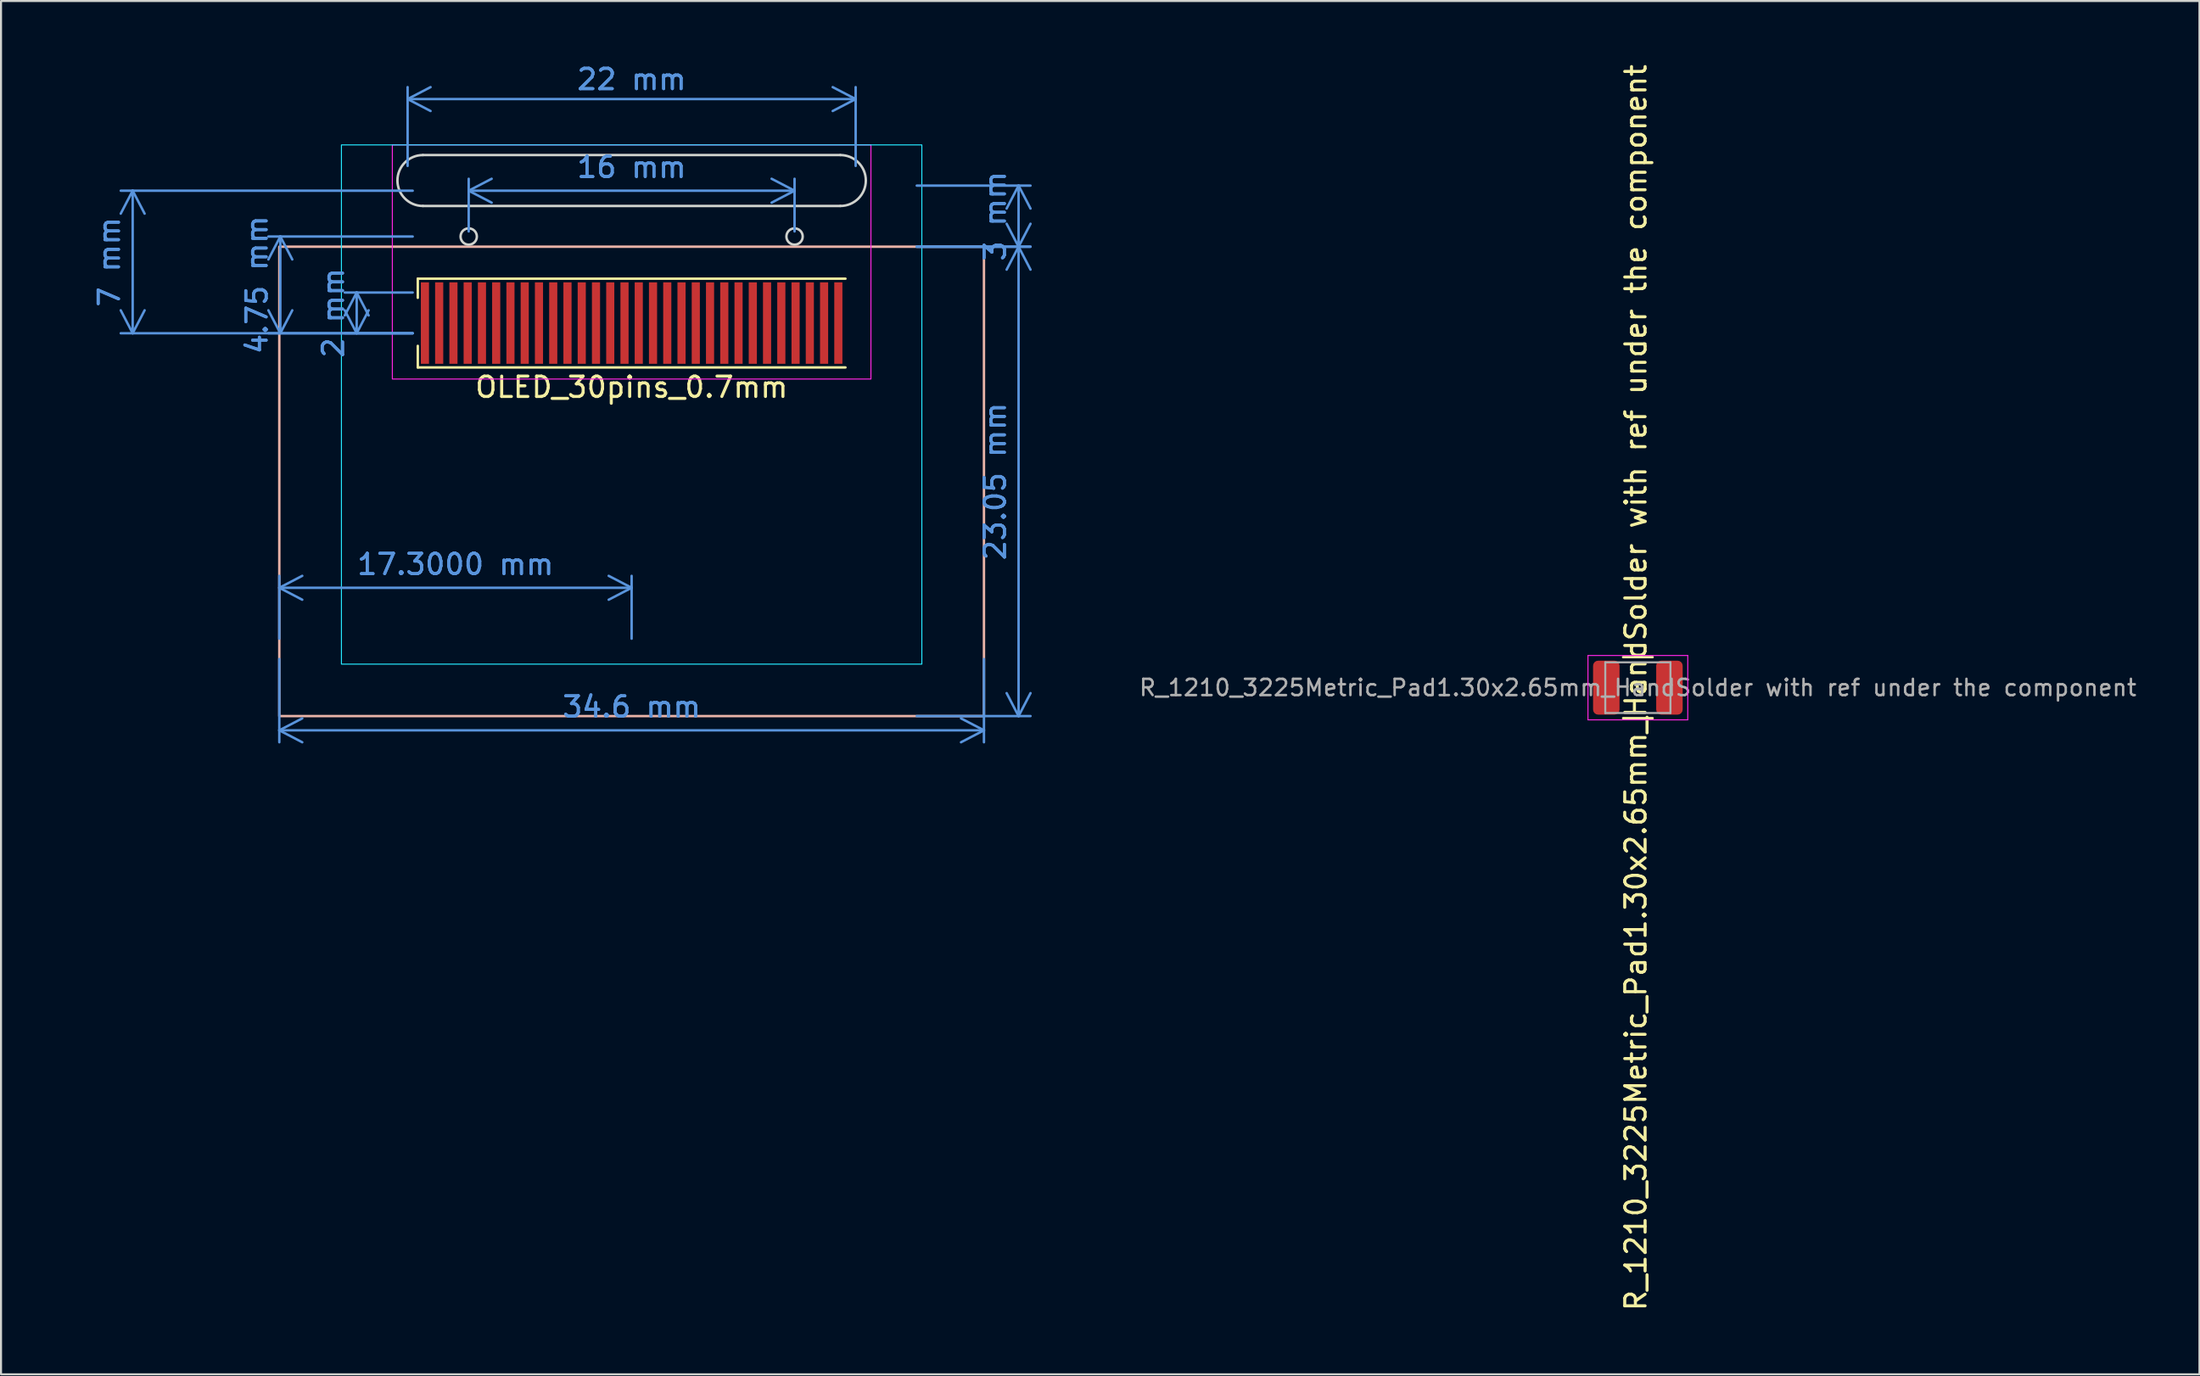
<source format=kicad_pcb>
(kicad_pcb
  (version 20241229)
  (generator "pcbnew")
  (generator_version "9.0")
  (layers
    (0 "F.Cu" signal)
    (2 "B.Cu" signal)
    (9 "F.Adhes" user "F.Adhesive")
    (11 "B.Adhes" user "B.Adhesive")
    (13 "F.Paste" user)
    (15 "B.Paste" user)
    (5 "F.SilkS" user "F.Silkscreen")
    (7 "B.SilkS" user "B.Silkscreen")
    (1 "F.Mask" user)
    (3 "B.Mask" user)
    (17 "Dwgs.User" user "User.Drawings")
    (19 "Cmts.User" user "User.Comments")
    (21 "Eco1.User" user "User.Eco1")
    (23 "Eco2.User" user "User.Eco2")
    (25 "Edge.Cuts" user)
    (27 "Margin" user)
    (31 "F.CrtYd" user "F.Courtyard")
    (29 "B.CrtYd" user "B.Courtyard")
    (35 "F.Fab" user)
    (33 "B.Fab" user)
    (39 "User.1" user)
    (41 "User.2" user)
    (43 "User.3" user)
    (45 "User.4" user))
  (footprint "OLED_30pins_0.7mm"
    (layer "F.Cu")
    (at 27.965 12.815)
    (property "Reference" "OLED_30pins_0.7mm" (at 0 3.15 0) (layer "F.SilkS") (effects (font (size 1 1) (thickness 0.15))))
    (attr smd exclude_from_bom)
    (fp_line (start -10.5 -2.18) (end 10.5 -2.18) (stroke (width 0.12) (type default)) (layer "F.SilkS"))
    (fp_line (start -10.5 -1.24) (end -10.5 -2.18) (stroke (width 0.12) (type default)) (layer "F.SilkS"))
    (fp_line (start -10.5 2.18) (end -10.5 1.12) (stroke (width 0.12) (type default)) (layer "F.SilkS"))
    (fp_line (start -10.5 2.18) (end 10.5 2.18) (stroke (width 0.12) (type default)) (layer "F.SilkS"))
    (fp_rect (start -17.3 -3.75) (end 17.3 19.3) (stroke (width 0.12) (type default)) (fill no) (layer "B.SilkS"))
    (fp_line (start -10.25 -5.75) (end 10.25 -5.75) (stroke (width 0.12) (type default)) (layer "Edge.Cuts"))
    (fp_line (start 10.25 -8.25) (end -10.25 -8.25) (stroke (width 0.12) (type default)) (layer "Edge.Cuts"))
    (fp_arc (start -10.25 -5.75) (mid -11.5 -7) (end -10.25 -8.25) (stroke (width 0.12) (type default)) (layer "Edge.Cuts"))
    (fp_arc (start 10.25 -8.25) (mid 11.5 -7) (end 10.25 -5.75) (stroke (width 0.12) (type default)) (layer "Edge.Cuts"))
    (fp_circle (center -8 -4.25) (end -7.6 -4.25) (stroke (width 0.12) (type default)) (fill no) (layer "Edge.Cuts"))
    (fp_circle (center 8 -4.25) (end 8.4 -4.25) (stroke (width 0.12) (type default)) (fill no) (layer "Edge.Cuts"))
    (fp_rect (start -14.25 -8.75) (end 14.25 16.75) (stroke (width 0.05) (type default)) (fill no) (layer "B.CrtYd"))
    (fp_rect (start -11.75 -8.75) (end 11.75 2.75) (stroke (width 0.05) (type default)) (fill no) (layer "F.CrtYd"))
    (dimension (type aligned) (layer "Cmts.User") (pts (xy 17.715 13.315) (xy 17.715 6.315)) (height -14.25) (format (prefix "") (suffix "") (units 3) (units_format 1) (precision 4) (suppress_zeroes yes)) (style (thickness 0.12) (arrow_length 1.27) (text_position_mode 0) (arrow_direction outward) (extension_height 0.586) (extension_offset 0.5) (keep_text_aligned yes)) (gr_text "7 mm" (at 2.315 9.815 90) (layer "Cmts.User") (effects (font (size 1 1) (thickness 0.15)))))
    (dimension (type aligned) (layer "Cmts.User") (pts (xy 17.715 13.315) (xy 17.715 8.565)) (height -7) (format (prefix "") (suffix "") (units 3) (units_format 1) (precision 4) (suppress_zeroes yes)) (style (thickness 0.12) (arrow_length 1.27) (text_position_mode 0) (arrow_direction outward) (extension_height 0.586) (extension_offset 0.5) (keep_text_aligned yes)) (gr_text "4.75 mm" (at 9.565 10.94 90) (layer "Cmts.User") (effects (font (size 1 1) (thickness 0.15)))))
    (dimension (type aligned) (layer "Cmts.User") (pts (xy 19.965 8.815) (xy 35.965 8.815)) (height -2.5) (format (prefix "") (suffix "") (units 3) (units_format 1) (precision 4) (suppress_zeroes yes)) (style (thickness 0.12) (arrow_length 1.27) (text_position_mode 0) (arrow_direction outward) (extension_height 0.586) (extension_offset 0.5) (keep_text_aligned yes)) (gr_text "16 mm" (at 27.965 5.165 0) (layer "Cmts.User") (effects (font (size 1 1) (thickness 0.15)))))
    (dimension (type aligned) (layer "Cmts.User") (pts (xy 41.465 9.065) (xy 41.465 32.115)) (height -5.5) (format (prefix "") (suffix "") (units 3) (units_format 1) (precision 4) (suppress_zeroes yes)) (style (thickness 0.12) (arrow_length 1.27) (text_position_mode 0) (arrow_direction outward) (extension_height 0.586) (extension_offset 0.5) (keep_text_aligned yes)) (gr_text "23.05 mm" (at 45.815 20.59 90) (layer "Cmts.User") (effects (font (size 1 1) (thickness 0.15)))))
    (dimension (type aligned) (layer "Cmts.User") (pts (xy 45.265 28.815) (xy 10.665 28.815)) (height -4) (format (prefix "") (suffix "") (units 3) (units_format 1) (precision 4) (suppress_zeroes yes)) (style (thickness 0.12) (arrow_length 1.27) (text_position_mode 0) (arrow_direction outward) (extension_height 0.586) (extension_offset 0.5) (keep_text_aligned yes)) (gr_text "34.6 mm" (at 27.965 31.665 0) (layer "Cmts.User") (effects (font (size 1 1) (thickness 0.15)))))
    (dimension (type aligned) (layer "Cmts.User") (pts (xy 10.665 28.815) (xy 27.965 28.815)) (height -3) (format (prefix "") (suffix "") (units 3) (units_format 1) (precision 4)) (style (thickness 0.12) (arrow_length 1.27) (text_position_mode 0) (arrow_direction outward) (extension_height 0.586) (extension_offset 0.5) (keep_text_aligned yes)) (gr_text "17.3000 mm" (at 19.315 24.665 0) (layer "Cmts.User") (effects (font (size 1 1) (thickness 0.15)))))
    (dimension (type aligned) (layer "Cmts.User") (pts (xy 41.465 9.065) (xy 41.465 6.065)) (height 5.5) (format (prefix "") (suffix "") (units 3) (units_format 1) (precision 4) (suppress_zeroes yes)) (style (thickness 0.12) (arrow_length 1.27) (text_position_mode 0) (arrow_direction outward) (extension_height 0.586) (extension_offset 0.5) (keep_text_aligned yes)) (gr_text "3 mm" (at 45.815 7.565 90) (layer "Cmts.User") (effects (font (size 1 1) (thickness 0.15)))))
    (dimension (type aligned) (layer "Cmts.User") (pts (xy 16.965 5.598) (xy 38.965 5.598)) (height -3.783) (format (prefix "") (suffix "") (units 3) (units_format 1) (precision 4) (suppress_zeroes yes)) (style (thickness 0.12) (arrow_length 1.27) (text_position_mode 2) (arrow_direction outward) (extension_height 0.586) (extension_offset 0.5) (keep_text_aligned yes)) (gr_text "22 mm" (at 27.965 0.848 0) (layer "Cmts.User") (effects (font (size 1 1) (thickness 0.15)))))
    (dimension (type aligned) (layer "Cmts.User") (pts (xy 17.715 13.315) (xy 17.715 11.315)) (height -3.25) (format (prefix "") (suffix "") (units 3) (units_format 1) (precision 4) (suppress_zeroes yes)) (style (thickness 0.12) (arrow_length 1.27) (text_position_mode 0) (arrow_direction outward) (extension_height 0.586) (extension_offset 0.5) (keep_text_aligned yes)) (gr_text "2 mm" (at 13.315 12.315 90) (layer "Cmts.User") (effects (font (size 1 1) (thickness 0.15)))))
    (pad "1" smd rect (at -10.15 0) (size 0.4 4) (layers "F.Cu" "F.Mask" "F.Paste"))
    (pad "2" smd rect (at -9.45 0) (size 0.4 4) (layers "F.Cu" "F.Mask" "F.Paste"))
    (pad "3" smd rect (at -8.75 0) (size 0.4 4) (layers "F.Cu" "F.Mask" "F.Paste"))
    (pad "4" smd rect (at -8.05 0) (size 0.4 4) (layers "F.Cu" "F.Mask" "F.Paste"))
    (pad "5" smd rect (at -7.35 0) (size 0.4 4) (layers "F.Cu" "F.Mask" "F.Paste"))
    (pad "6" smd rect (at -6.65 0) (size 0.4 4) (layers "F.Cu" "F.Mask" "F.Paste"))
    (pad "7" smd rect (at -5.95 0) (size 0.4 4) (layers "F.Cu" "F.Mask" "F.Paste"))
    (pad "8" smd rect (at -5.25 0) (size 0.4 4) (layers "F.Cu" "F.Mask" "F.Paste"))
    (pad "9" smd rect (at -4.55 0) (size 0.4 4) (layers "F.Cu" "F.Mask" "F.Paste"))
    (pad "10" smd rect (at -3.85 0) (size 0.4 4) (layers "F.Cu" "F.Mask" "F.Paste"))
    (pad "11" smd rect (at -3.15 0) (size 0.4 4) (layers "F.Cu" "F.Mask" "F.Paste"))
    (pad "12" smd rect (at -2.45 0) (size 0.4 4) (layers "F.Cu" "F.Mask" "F.Paste"))
    (pad "13" smd rect (at -1.75 0) (size 0.4 4) (layers "F.Cu" "F.Mask" "F.Paste"))
    (pad "14" smd rect (at -1.05 0) (size 0.4 4) (layers "F.Cu" "F.Mask" "F.Paste"))
    (pad "15" smd rect (at -0.35 0) (size 0.4 4) (layers "F.Cu" "F.Mask" "F.Paste"))
    (pad "16" smd rect (at 0.35 0) (size 0.4 4) (layers "F.Cu" "F.Mask" "F.Paste"))
    (pad "17" smd rect (at 1.05 0) (size 0.4 4) (layers "F.Cu" "F.Mask" "F.Paste"))
    (pad "18" smd rect (at 1.75 0) (size 0.4 4) (layers "F.Cu" "F.Mask" "F.Paste"))
    (pad "19" smd rect (at 2.45 0) (size 0.4 4) (layers "F.Cu" "F.Mask" "F.Paste"))
    (pad "20" smd rect (at 3.15 0) (size 0.4 4) (layers "F.Cu" "F.Mask" "F.Paste"))
    (pad "21" smd rect (at 3.85 0) (size 0.4 4) (layers "F.Cu" "F.Mask" "F.Paste"))
    (pad "22" smd rect (at 4.55 0) (size 0.4 4) (layers "F.Cu" "F.Mask" "F.Paste"))
    (pad "23" smd rect (at 5.25 0) (size 0.4 4) (layers "F.Cu" "F.Mask" "F.Paste"))
    (pad "24" smd rect (at 5.95 0) (size 0.4 4) (layers "F.Cu" "F.Mask" "F.Paste"))
    (pad "25" smd rect (at 6.65 0) (size 0.4 4) (layers "F.Cu" "F.Mask" "F.Paste"))
    (pad "26" smd rect (at 7.35 0) (size 0.4 4) (layers "F.Cu" "F.Mask" "F.Paste"))
    (pad "27" smd rect (at 8.05 0) (size 0.4 4) (layers "F.Cu" "F.Mask" "F.Paste"))
    (pad "28" smd rect (at 8.75 0) (size 0.4 4) (layers "F.Cu" "F.Mask" "F.Paste"))
    (pad "29" smd rect (at 9.45 0) (size 0.4 4) (layers "F.Cu" "F.Mask" "F.Paste"))
    (pad "30" smd rect (at 10.15 0) (size 0.4 4) (layers "F.Cu" "F.Mask" "F.Paste")))
  (footprint "R_1210_3225Metric_Pad1.30x2.65mm_HandSolder with ref under the component"
    (layer "F.Cu")
    (at 77.374 30.72)
    (property "Reference" "R_1210_3225Metric_Pad1.30x2.65mm_HandSolder with ref under the component" (at -0.1 0 90) (layer "F.SilkS") (effects (font (size 1 1) (thickness 0.15))))
    (attr smd)
    (fp_line (start -0.724 -1.5) (end 0.724 -1.5) (stroke (width 0.12) (type solid)) (layer "F.SilkS"))
    (fp_line (start -0.724 1.5) (end 0.724 1.5) (stroke (width 0.12) (type solid)) (layer "F.SilkS"))
    (fp_line (start -2.45 -1.58) (end 2.45 -1.58) (stroke (width 0.05) (type solid)) (layer "F.CrtYd"))
    (fp_line (start -2.45 1.58) (end -2.45 -1.58) (stroke (width 0.05) (type solid)) (layer "F.CrtYd"))
    (fp_line (start 2.45 -1.58) (end 2.45 1.58) (stroke (width 0.05) (type solid)) (layer "F.CrtYd"))
    (fp_line (start 2.45 1.58) (end -2.45 1.58) (stroke (width 0.05) (type solid)) (layer "F.CrtYd"))
    (fp_line (start -1.6 -1.245) (end 1.6 -1.245) (stroke (width 0.1) (type solid)) (layer "F.Fab"))
    (fp_line (start -1.6 1.245) (end -1.6 -1.245) (stroke (width 0.1) (type solid)) (layer "F.Fab"))
    (fp_line (start 1.6 -1.245) (end 1.6 1.245) (stroke (width 0.1) (type solid)) (layer "F.Fab"))
    (fp_line (start 1.6 1.245) (end -1.6 1.245) (stroke (width 0.1) (type solid)) (layer "F.Fab"))
    (fp_text user "${REFERENCE}" (at 0 0 0) (layer "F.Fab") (effects (font (size 0.8 0.8) (thickness 0.12))))
    (pad "1" smd roundrect (at -1.55 0) (size 1.3 2.65) (layers "F.Cu" "F.Mask" "F.Paste") (roundrect_rratio 0.192))
    (pad "2" smd roundrect (at 1.55 0) (size 1.3 2.65) (layers "F.Cu" "F.Mask" "F.Paste") (roundrect_rratio 0.192)))
  (gr_rect
    (start -3 -3)
    (end 104.95 64.44)
    (stroke (width 0.1) (type default))
    (fill no)
    (layer "Edge.Cuts")))
</source>
